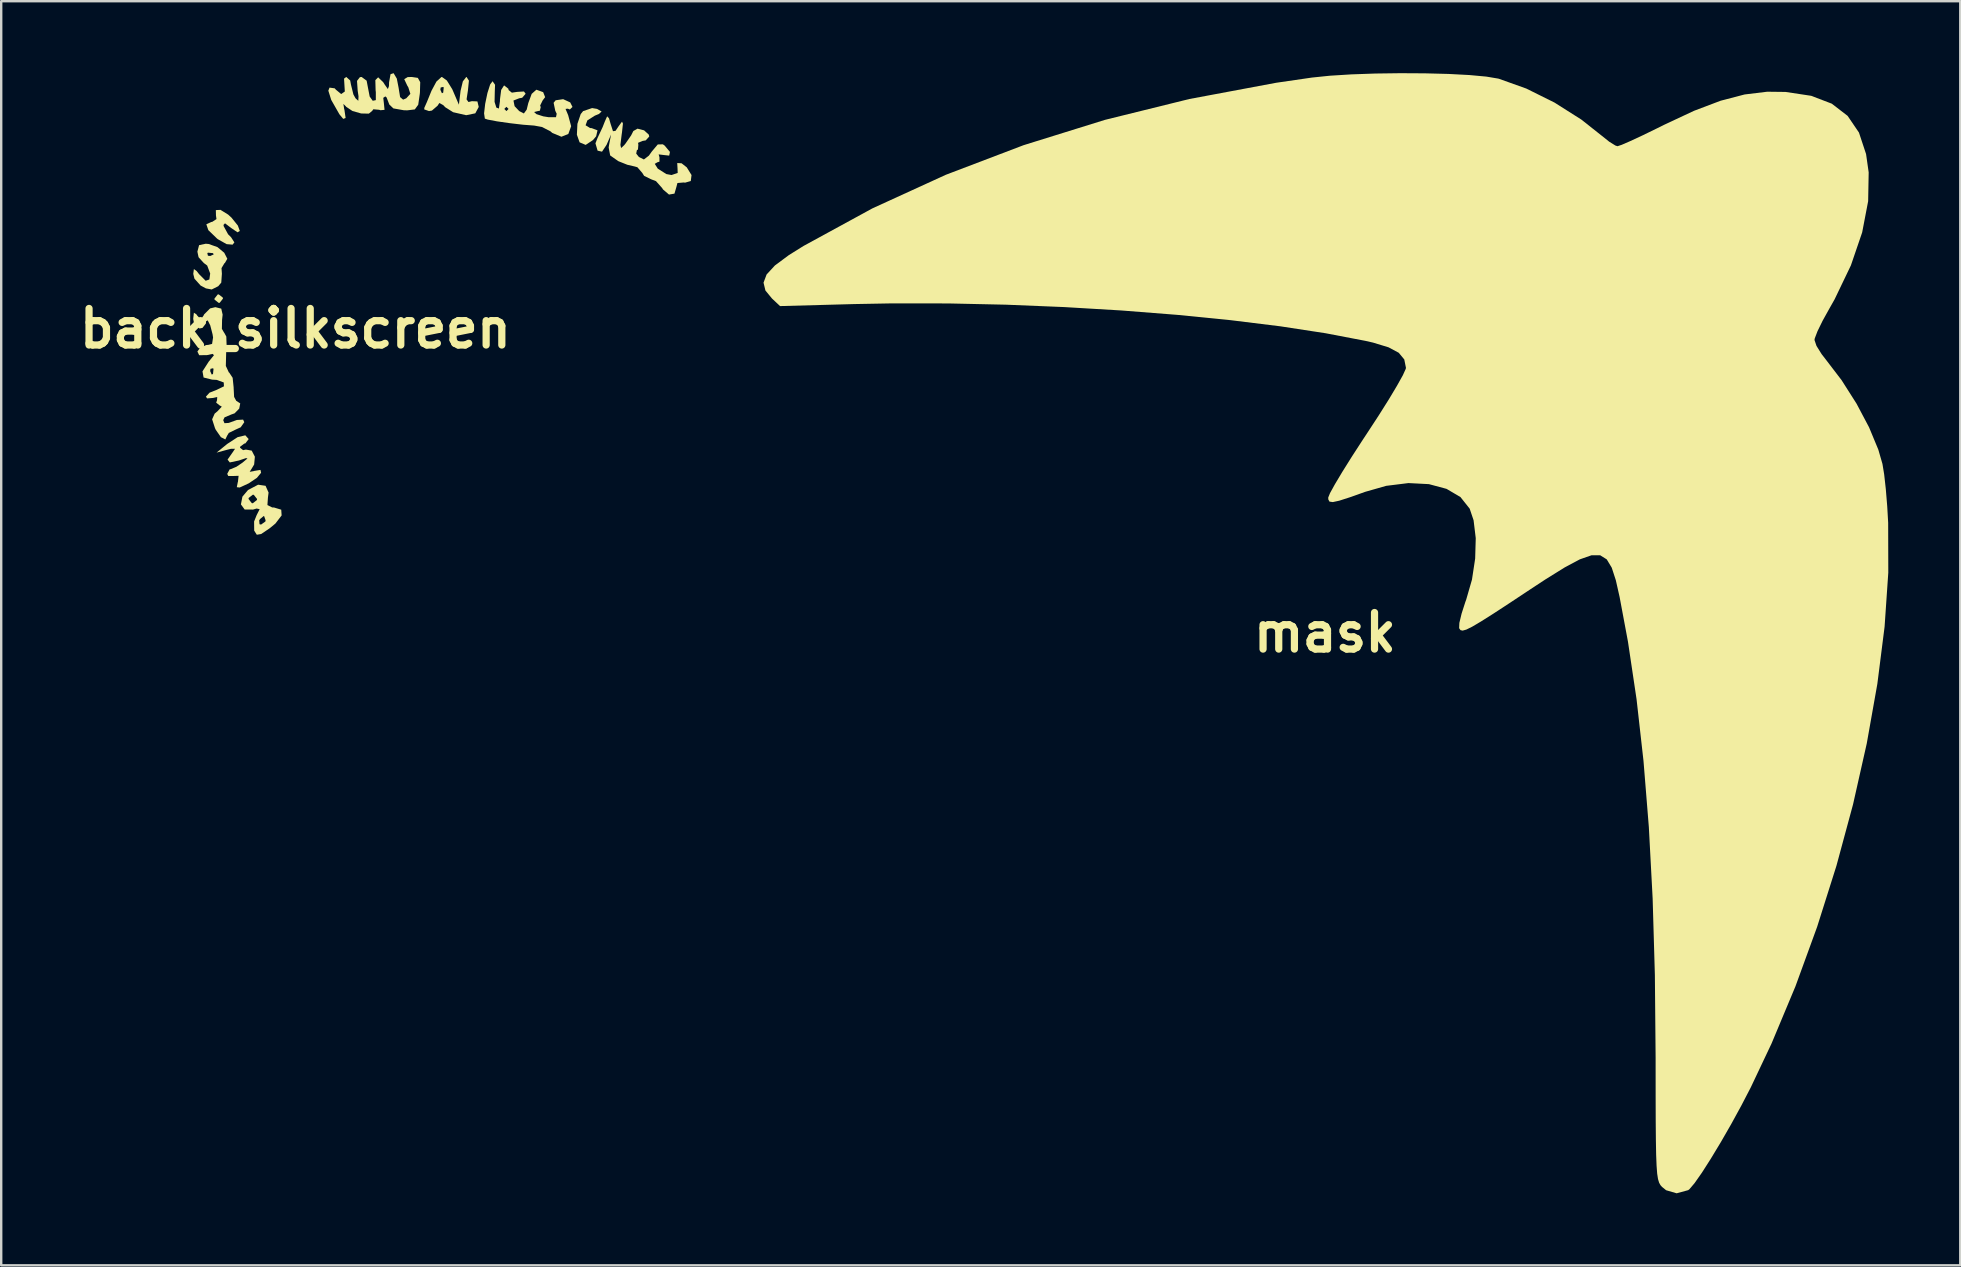
<source format=kicad_pcb>
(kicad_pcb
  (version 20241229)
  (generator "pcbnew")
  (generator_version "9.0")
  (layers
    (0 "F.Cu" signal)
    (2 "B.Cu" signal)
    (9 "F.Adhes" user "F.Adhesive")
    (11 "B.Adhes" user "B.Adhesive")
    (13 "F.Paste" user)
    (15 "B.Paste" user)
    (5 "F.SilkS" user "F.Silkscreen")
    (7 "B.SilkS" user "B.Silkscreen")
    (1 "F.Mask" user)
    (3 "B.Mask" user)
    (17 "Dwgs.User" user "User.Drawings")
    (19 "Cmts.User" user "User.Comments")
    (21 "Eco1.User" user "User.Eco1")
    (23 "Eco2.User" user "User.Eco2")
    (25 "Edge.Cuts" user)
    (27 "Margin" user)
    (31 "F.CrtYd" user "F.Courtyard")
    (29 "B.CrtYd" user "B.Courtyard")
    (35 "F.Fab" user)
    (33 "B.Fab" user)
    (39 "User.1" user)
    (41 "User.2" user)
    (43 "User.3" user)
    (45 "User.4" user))
  (footprint "back_silkscreen"
    (layer "F.Cu")
    (at 9.26 10.637)
    (property "Reference" "back_silkscreen" (at 0 0 0) (layer "F.SilkS") (effects (font (size 1.524 1.524) (thickness 0.3))))
    (attr board_only exclude_from_pos_files exclude_from_bom)
    (fp_poly (pts (xy -3.025 -1.286) (xy -3.02 -1.243) (xy -3.155 -1.071) (xy -3.197 -1.066) (xy -3.37 -1.201) (xy -3.375 -1.243) (xy -3.24 -1.416) (xy -3.197 -1.421)) (stroke (width 0) (type solid)) (fill yes) (layer "F.SilkS"))
    (fp_poly (pts (xy 12.565 -9.15) (xy 12.758 -9.041) (xy 12.647 -8.938) (xy 12.478 -8.869) (xy 12.165 -8.671) (xy 12.09 -8.467) (xy 12.276 -8.352) (xy 12.345 -8.348) (xy 12.587 -8.255) (xy 12.531 -8.009) (xy 12.398 -7.851) (xy 12.094 -7.649) (xy 11.843 -7.755) (xy 11.841 -7.756) (xy 11.728 -8.073) (xy 11.75 -8.527) (xy 11.887 -8.933) (xy 11.987 -9.057) (xy 12.362 -9.184)) (stroke (width 0) (type solid)) (fill yes) (layer "F.SilkS"))
    (fp_poly (pts (xy -2.803 -4.745) (xy -2.664 -4.618) (xy -2.4 -4.29) (xy -2.317 -4.063) (xy -2.412 -4.007) (xy -2.677 -4.186) (xy -2.934 -4.382) (xy -2.998 -4.315) (xy -2.988 -4.259) (xy -2.805 -3.924) (xy -2.682 -3.802) (xy -2.544 -3.587) (xy -2.617 -3.493) (xy -2.867 -3.514) (xy -3.231 -3.719) (xy -3.265 -3.745) (xy -3.63 -4.098) (xy -3.712 -4.341) (xy -3.5 -4.44) (xy -3.469 -4.441) (xy -3.29 -4.558) (xy -3.311 -4.707) (xy -3.316 -4.933) (xy -3.122 -4.942)) (stroke (width 0) (type solid)) (fill yes) (layer "F.SilkS"))
    (fp_poly (pts (xy -3.615 -3.52) (xy -3.25 -3.391) (xy -2.966 -3.155) (xy -2.838 -2.904) (xy -2.939 -2.729) (xy -2.956 -2.722) (xy -3.08 -2.516) (xy -3.064 -2.282) (xy -3.09 -1.911) (xy -3.216 -1.761) (xy -3.488 -1.625) (xy -3.73 -1.67) (xy -3.952 -1.79) (xy -4.208 -2.076) (xy -4.257 -2.274) (xy -4.231 -2.476) (xy -4.115 -2.392) (xy -4.016 -2.265) (xy -3.74 -1.988) (xy -3.586 -2.042) (xy -3.552 -2.29) (xy -3.676 -2.621) (xy -3.819 -2.729) (xy -4.036 -2.969) (xy -4.072 -3.138) (xy -3.671 -3.138) (xy -3.646 -3.032) (xy -3.552 -3.02) (xy -3.406 -3.085) (xy -3.434 -3.138) (xy -3.645 -3.159) (xy -3.671 -3.138) (xy -4.072 -3.138) (xy -4.085 -3.203) (xy -4.014 -3.472) (xy -3.736 -3.531)) (stroke (width 0) (type solid)) (fill yes) (layer "F.SilkS"))
    (fp_poly (pts (xy 7.229 -10.327) (xy 7.188 -9.92) (xy 7.131 -9.546) (xy 7.211 -9.436) (xy 7.351 -9.471) (xy 7.583 -9.461) (xy 7.638 -9.231) (xy 7.495 -8.965) (xy 7.114 -8.887) (xy 6.572 -9.011) (xy 6.241 -9.22) (xy 6.159 -9.307) (xy 5.997 -9.395) (xy 5.922 -9.281) (xy 5.688 -9.08) (xy 5.566 -9.059) (xy 5.369 -9.127) (xy 5.37 -9.192) (xy 5.478 -9.435) (xy 5.648 -9.852) (xy 5.668 -9.902) (xy 5.692 -9.947) (xy 6.039 -9.947) (xy 6.104 -9.801) (xy 6.158 -9.828) (xy 6.179 -10.039) (xy 6.158 -10.065) (xy 6.052 -10.041) (xy 6.039 -9.947) (xy 5.692 -9.947) (xy 5.875 -10.288) (xy 6.082 -10.476) (xy 6.106 -10.48) (xy 6.31 -10.332) (xy 6.534 -9.97) (xy 6.564 -9.902) (xy 6.812 -9.325) (xy 6.881 -9.902) (xy 6.976 -10.296) (xy 7.117 -10.478) (xy 7.13 -10.48)) (stroke (width 0) (type solid)) (fill yes) (layer "F.SilkS"))
    (fp_poly (pts (xy -1.245 6.555) (xy -1.119 6.837) (xy -1.145 7.04) (xy -1.167 7.358) (xy -0.967 7.458) (xy -0.891 7.46) (xy -0.591 7.551) (xy -0.575 7.79) (xy -0.834 8.128) (xy -1.068 8.322) (xy -1.426 8.564) (xy -1.609 8.595) (xy -1.716 8.428) (xy -1.718 8.421) (xy -1.722 8.042) (xy -1.702 7.993) (xy -1.51 7.993) (xy -1.496 8.157) (xy -1.431 8.171) (xy -1.251 8.042) (xy -1.243 7.993) (xy -1.304 7.82) (xy -1.322 7.815) (xy -1.473 7.94) (xy -1.51 7.993) (xy -1.702 7.993) (xy -1.615 7.776) (xy -1.49 7.529) (xy -1.618 7.503) (xy -1.766 7.546) (xy -2.115 7.544) (xy -2.271 7.331) (xy -2.228 7.105) (xy -1.954 7.105) (xy -1.819 7.277) (xy -1.776 7.283) (xy -1.604 7.147) (xy -1.599 7.105) (xy -1.734 6.932) (xy -1.776 6.927) (xy -1.949 7.062) (xy -1.954 7.105) (xy -2.228 7.105) (xy -2.209 7.008) (xy -1.975 6.731) (xy -1.555 6.51)) (stroke (width 0) (type solid)) (fill yes) (layer "F.SilkS"))
    (fp_poly (pts (xy -1.954 4.601) (xy -1.954 4.618) (xy -2.089 4.791) (xy -2.131 4.796) (xy -2.304 4.927) (xy -2.309 4.968) (xy -2.181 5.07) (xy -2.066 5.046) (xy -1.822 5.089) (xy -1.69 5.343) (xy -1.72 5.668) (xy -1.798 5.799) (xy -1.906 5.974) (xy -1.73 5.942) (xy -1.713 5.935) (xy -1.456 5.893) (xy -1.431 6.013) (xy -1.603 6.222) (xy -1.937 6.448) (xy -1.963 6.461) (xy -2.322 6.627) (xy -2.443 6.614) (xy -2.403 6.41) (xy -2.395 6.386) (xy -2.368 6.139) (xy -2.56 6.146) (xy -2.564 6.148) (xy -2.799 6.146) (xy -2.842 6.058) (xy -2.741 5.87) (xy -2.698 5.862) (xy -2.46 5.763) (xy -2.21 5.594) (xy -1.998 5.417) (xy -2.062 5.402) (xy -2.353 5.501) (xy -2.735 5.582) (xy -2.828 5.464) (xy -2.62 5.167) (xy -2.62 5.167) (xy -2.516 5.013) (xy -2.685 5.014) (xy -2.842 5.053) (xy -3.286 5.173) (xy -2.842 4.811) (xy -2.407 4.528) (xy -2.088 4.452)) (stroke (width 0) (type solid)) (fill yes) (layer "F.SilkS"))
    (fp_poly (pts (xy 8.318 -10.155) (xy 8.307 -9.87) (xy 8.298 -9.442) (xy 8.372 -9.203) (xy 8.478 -9.165) (xy 8.522 -9.469) (xy 8.523 -9.547) (xy 8.573 -9.94) (xy 8.69 -10.123) (xy 8.703 -10.124) (xy 8.874 -9.988) (xy 8.881 -9.935) (xy 9.019 -9.826) (xy 9.236 -9.858) (xy 9.522 -9.875) (xy 9.592 -9.781) (xy 9.448 -9.613) (xy 9.325 -9.592) (xy 9.085 -9.498) (xy 9.132 -9.263) (xy 9.325 -9.059) (xy 9.519 -8.959) (xy 9.636 -9.118) (xy 9.703 -9.392) (xy 9.844 -9.775) (xy 10.036 -9.946) (xy 10.047 -9.947) (xy 10.323 -9.847) (xy 10.405 -9.639) (xy 10.302 -9.503) (xy 10.197 -9.29) (xy 10.221 -9.224) (xy 10.185 -9.073) (xy 10.105 -9.059) (xy 9.944 -9.019) (xy 10.045 -8.93) (xy 10.328 -8.839) (xy 10.546 -8.804) (xy 10.857 -8.803) (xy 10.887 -8.946) (xy 10.827 -9.073) (xy 10.758 -9.404) (xy 10.843 -9.508) (xy 11.156 -9.555) (xy 11.45 -9.42) (xy 11.545 -9.231) (xy 11.435 -9.125) (xy 11.35 -9.159) (xy 11.255 -9.149) (xy 11.364 -8.889) (xy 11.489 -8.427) (xy 11.371 -8.105) (xy 11.084 -7.989) (xy 10.703 -8.148) (xy 10.626 -8.215) (xy 10.271 -8.396) (xy 9.947 -8.455) (xy 9.485 -8.49) (xy 8.93 -8.555) (xy 8.399 -8.631) (xy 8.014 -8.704) (xy 7.893 -8.744) (xy 7.861 -8.962) (xy 7.882 -9.148) (xy 8.703 -9.148) (xy 8.792 -9.059) (xy 8.881 -9.148) (xy 8.792 -9.236) (xy 8.703 -9.148) (xy 7.882 -9.148) (xy 7.907 -9.363) (xy 8.001 -9.812) (xy 8.115 -10.17) (xy 8.215 -10.302)) (stroke (width 0) (type solid)) (fill yes) (layer "F.SilkS"))
    (fp_poly (pts (xy 4.224 -10.413) (xy 4.297 -10.041) (xy 4.362 -9.641) (xy 4.487 -9.535) (xy 4.618 -9.591) (xy 4.789 -9.776) (xy 4.704 -10.048) (xy 4.661 -10.119) (xy 4.534 -10.388) (xy 4.675 -10.474) (xy 4.843 -10.48) (xy 5.101 -10.442) (xy 5.2 -10.262) (xy 5.188 -9.841) (xy 5.182 -9.775) (xy 5.117 -9.324) (xy 4.975 -9.128) (xy 4.658 -9.089) (xy 4.511 -9.094) (xy 4.081 -9.17) (xy 3.908 -9.336) (xy 3.908 -9.343) (xy 3.799 -9.626) (xy 3.747 -9.67) (xy 3.66 -9.61) (xy 3.686 -9.384) (xy 3.713 -9.11) (xy 3.542 -9.094) (xy 3.492 -9.112) (xy 3.246 -9.134) (xy 3.197 -9.065) (xy 3.059 -8.952) (xy 2.738 -8.959) (xy 2.376 -9.062) (xy 2.115 -9.237) (xy 2.103 -9.253) (xy 1.998 -9.358) (xy 2.03 -9.151) (xy 2.043 -9.103) (xy 2.091 -8.77) (xy 1.992 -8.733) (xy 1.832 -8.926) (xy 1.492 -9.523) (xy 1.371 -9.909) (xy 1.421 -10.036) (xy 1.638 -10.006) (xy 1.686 -9.95) (xy 1.907 -9.768) (xy 2.058 -9.874) (xy 2.043 -10.124) (xy 2.026 -10.411) (xy 2.119 -10.48) (xy 2.282 -10.333) (xy 2.312 -10.169) (xy 2.415 -9.752) (xy 2.504 -9.592) (xy 2.62 -9.486) (xy 2.629 -9.674) (xy 2.595 -9.902) (xy 2.566 -10.316) (xy 2.687 -10.472) (xy 2.758 -10.48) (xy 2.967 -10.326) (xy 3.02 -10.046) (xy 3.094 -9.664) (xy 3.221 -9.488) (xy 3.35 -9.515) (xy 3.35 -9.851) (xy 3.341 -9.922) (xy 3.33 -10.347) (xy 3.447 -10.466) (xy 3.659 -10.26) (xy 3.716 -10.169) (xy 3.852 -9.976) (xy 3.898 -10.102) (xy 3.902 -10.258) (xy 3.963 -10.596) (xy 4.091 -10.637)) (stroke (width 0) (type solid)) (fill yes) (layer "F.SilkS"))
    (fp_poly (pts (xy 13.066 -8.759) (xy 13.133 -8.526) (xy 13.232 -8.22) (xy 13.339 -8.236) (xy 13.474 -8.437) (xy 13.608 -8.618) (xy 13.647 -8.54) (xy 13.606 -8.16) (xy 13.594 -8.082) (xy 13.541 -7.649) (xy 13.57 -7.518) (xy 13.7 -7.639) (xy 13.755 -7.707) (xy 13.988 -8.045) (xy 14.081 -8.228) (xy 14.255 -8.326) (xy 14.528 -8.256) (xy 14.724 -8.077) (xy 14.743 -7.999) (xy 14.598 -7.838) (xy 14.466 -7.815) (xy 14.277 -7.736) (xy 14.289 -7.653) (xy 14.273 -7.457) (xy 14.228 -7.431) (xy 14.2 -7.287) (xy 14.311 -7.147) (xy 14.52 -7.042) (xy 14.728 -7.202) (xy 14.849 -7.372) (xy 15.098 -7.668) (xy 15.311 -7.673) (xy 15.387 -7.619) (xy 15.606 -7.356) (xy 15.574 -7.203) (xy 15.335 -7.229) (xy 15.135 -7.254) (xy 15.168 -7.135) (xy 15.169 -6.951) (xy 15.087 -6.927) (xy 14.973 -6.86) (xy 15.098 -6.661) (xy 15.455 -6.434) (xy 15.672 -6.394) (xy 15.928 -6.48) (xy 15.922 -6.661) (xy 15.909 -6.894) (xy 16.091 -6.883) (xy 16.306 -6.714) (xy 16.505 -6.393) (xy 16.474 -6.144) (xy 16.233 -6.075) (xy 16.187 -6.084) (xy 15.917 -6.061) (xy 15.876 -5.902) (xy 15.794 -5.619) (xy 15.566 -5.58) (xy 15.314 -5.795) (xy 15.281 -5.851) (xy 15.024 -6.139) (xy 14.82 -6.217) (xy 14.529 -6.36) (xy 14.452 -6.483) (xy 14.248 -6.719) (xy 14.137 -6.75) (xy 13.831 -6.821) (xy 13.454 -6.972) (xy 13.115 -7.21) (xy 13.052 -7.541) (xy 13.067 -7.638) (xy 13.152 -8.082) (xy 12.965 -7.652) (xy 12.775 -7.367) (xy 12.591 -7.409) (xy 12.502 -7.714) (xy 12.584 -7.928) (xy 12.801 -8.391) (xy 12.889 -8.615) (xy 12.989 -8.841)) (stroke (width 0) (type solid)) (fill yes) (layer "F.SilkS"))
    (fp_poly (pts (xy -3.091 -0.827) (xy -3.033 -0.577) (xy -3.057 -0.355) (xy -3.064 0.016) (xy -2.971 0.177) (xy -2.966 0.178) (xy -2.88 0.336) (xy -2.866 0.743) (xy -2.885 0.967) (xy -2.9 1.561) (xy -2.775 1.83) (xy -2.758 1.839) (xy -2.616 2.055) (xy -2.574 2.462) (xy -2.575 2.471) (xy -2.555 2.851) (xy -2.464 3.019) (xy -2.458 3.02) (xy -2.3 3.122) (xy -2.343 3.34) (xy -2.535 3.536) (xy -2.671 3.584) (xy -2.953 3.703) (xy -3.009 3.819) (xy -2.957 3.946) (xy -2.782 3.936) (xy -2.442 3.813) (xy -2.18 3.798) (xy -2.131 3.905) (xy -2.28 4.117) (xy -2.487 4.211) (xy -2.775 4.352) (xy -2.842 4.461) (xy -2.921 4.624) (xy -3.105 4.529) (xy -3.319 4.222) (xy -3.352 4.153) (xy -3.471 3.785) (xy -3.366 3.549) (xy -3.247 3.449) (xy -3.068 3.257) (xy -3.163 3.203) (xy -3.302 3.09) (xy -3.267 2.989) (xy -3.259 2.856) (xy -3.434 2.895) (xy -3.681 2.914) (xy -3.73 2.84) (xy -3.579 2.675) (xy -3.287 2.56) (xy -2.979 2.411) (xy -2.987 2.249) (xy -3.281 2.143) (xy -3.474 2.131) (xy -3.827 2.043) (xy -3.873 1.786) (xy -3.866 1.776) (xy -3.552 1.776) (xy -3.487 1.922) (xy -3.434 1.895) (xy -3.413 1.684) (xy -3.434 1.658) (xy -3.54 1.682) (xy -3.552 1.776) (xy -3.866 1.776) (xy -3.609 1.376) (xy -3.597 1.363) (xy -3.394 1.112) (xy -3.453 1.059) (xy -3.686 1.11) (xy -4.011 1.114) (xy -4.085 0.96) (xy -3.937 0.758) (xy -3.727 0.71) (xy -3.473 0.643) (xy -3.432 0.376) (xy -3.452 0.245) (xy -3.55 -0.132) (xy -3.655 -0.338) (xy -3.723 -0.302) (xy -3.73 -0.207) (xy -3.873 -0.024) (xy -3.997 0) (xy -4.212 -0.152) (xy -4.26 -0.4) (xy -4.231 -0.657) (xy -4.127 -0.59) (xy -4.092 -0.538) (xy -3.942 -0.377) (xy -3.824 -0.545) (xy -3.809 -0.582) (xy -3.555 -0.836) (xy -3.336 -0.888)) (stroke (width 0) (type solid)) (fill yes) (layer "F.SilkS")))
  (footprint "mask"
    (layer "F.Cu")
    (at 52.156 23.307)
    (property "Reference" "mask" (at 0 0 0) (layer "F.SilkS") (effects (font (size 1.524 1.524) (thickness 0.3))))
    (attr board_only exclude_from_pos_files exclude_from_bom)
    (fp_poly (pts (xy 4.176 -23.301) (xy 5.154 -23.276) (xy 6.022 -23.23) (xy 6.729 -23.165) (xy 7.223 -23.082) (xy 7.259 -23.072) (xy 8.392 -22.667) (xy 9.568 -22.083) (xy 10.688 -21.373) (xy 11.518 -20.716) (xy 11.844 -20.455) (xy 12.107 -20.292) (xy 12.194 -20.265) (xy 12.369 -20.323) (xy 12.737 -20.483) (xy 13.25 -20.722) (xy 13.861 -21.02) (xy 14.119 -21.149) (xy 15.381 -21.74) (xy 16.49 -22.16) (xy 17.491 -22.421) (xy 18.431 -22.535) (xy 19.198 -22.526) (xy 20.264 -22.365) (xy 21.122 -22.037) (xy 21.781 -21.529) (xy 22.254 -20.833) (xy 22.55 -19.938) (xy 22.659 -19.174) (xy 22.637 -17.975) (xy 22.388 -16.674) (xy 21.919 -15.301) (xy 21.239 -13.884) (xy 21.012 -13.483) (xy 20.737 -12.987) (xy 20.526 -12.555) (xy 20.412 -12.257) (xy 20.401 -12.19) (xy 20.484 -11.945) (xy 20.697 -11.603) (xy 20.849 -11.407) (xy 21.531 -10.515) (xy 22.152 -9.539) (xy 22.675 -8.551) (xy 23.061 -7.621) (xy 23.233 -7.026) (xy 23.304 -6.593) (xy 23.373 -5.974) (xy 23.432 -5.256) (xy 23.471 -4.573) (xy 23.476 -2.496) (xy 23.322 -0.245) (xy 23.02 2.14) (xy 22.579 4.622) (xy 22.007 7.162) (xy 21.315 9.72) (xy 20.512 12.26) (xy 19.608 14.741) (xy 18.611 17.126) (xy 17.746 18.953) (xy 17.353 19.71) (xy 16.929 20.485) (xy 16.497 21.236) (xy 16.082 21.923) (xy 15.71 22.506) (xy 15.403 22.944) (xy 15.188 23.197) (xy 15.138 23.235) (xy 14.657 23.366) (xy 14.219 23.238) (xy 14.051 23.103) (xy 13.982 23.025) (xy 13.926 22.923) (xy 13.881 22.773) (xy 13.846 22.546) (xy 13.821 22.217) (xy 13.803 21.758) (xy 13.792 21.142) (xy 13.785 20.344) (xy 13.782 19.337) (xy 13.781 18.093) (xy 13.781 17.714) (xy 13.75 14.274) (xy 13.657 11.079) (xy 13.499 8.111) (xy 13.276 5.351) (xy 12.987 2.781) (xy 12.629 0.383) (xy 12.281 -1.478) (xy 12.123 -2.179) (xy 11.953 -2.702) (xy 11.745 -3.048) (xy 11.473 -3.219) (xy 11.108 -3.219) (xy 10.624 -3.05) (xy 9.994 -2.714) (xy 9.19 -2.214) (xy 8.576 -1.811) (xy 7.697 -1.229) (xy 7.016 -0.784) (xy 6.505 -0.461) (xy 6.14 -0.245) (xy 5.894 -0.123) (xy 5.739 -0.08) (xy 5.65 -0.101) (xy 5.6 -0.172) (xy 5.594 -0.187) (xy 5.603 -0.401) (xy 5.696 -0.788) (xy 5.852 -1.273) (xy 5.889 -1.374) (xy 6.129 -2.206) (xy 6.262 -3.084) (xy 6.286 -3.933) (xy 6.196 -4.678) (xy 6.033 -5.162) (xy 5.649 -5.645) (xy 5.069 -5.987) (xy 4.334 -6.184) (xy 3.483 -6.228) (xy 2.557 -6.113) (xy 1.689 -5.866) (xy 1.038 -5.635) (xy 0.599 -5.494) (xy 0.331 -5.436) (xy 0.192 -5.455) (xy 0.143 -5.544) (xy 0.139 -5.625) (xy 0.213 -5.808) (xy 0.417 -6.178) (xy 0.728 -6.698) (xy 1.125 -7.332) (xy 1.585 -8.042) (xy 1.761 -8.308) (xy 2.239 -9.04) (xy 2.661 -9.71) (xy 3.004 -10.283) (xy 3.248 -10.72) (xy 3.368 -10.984) (xy 3.378 -11.029) (xy 3.308 -11.379) (xy 3.078 -11.657) (xy 2.654 -11.884) (xy 2.005 -12.082) (xy 1.689 -12.154) (xy 0.031 -12.471) (xy -1.855 -12.76) (xy -3.928 -13.016) (xy -6.148 -13.237) (xy -8.475 -13.42) (xy -10.867 -13.562) (xy -13.283 -13.661) (xy -15.684 -13.713) (xy -18.029 -13.716) (xy -19.607 -13.687) (xy -22.702 -13.603) (xy -23.038 -13.918) (xy -23.312 -14.252) (xy -23.391 -14.579) (xy -23.263 -14.92) (xy -22.917 -15.295) (xy -22.338 -15.725) (xy -21.725 -16.108) (xy -18.859 -17.672) (xy -15.795 -19.074) (xy -12.556 -20.307) (xy -9.166 -21.362) (xy -5.649 -22.231) (xy -2.03 -22.908) (xy -0.54 -23.125) (xy 0.208 -23.202) (xy 1.106 -23.258) (xy 2.101 -23.293) (xy 3.142 -23.307)) (stroke (width 0) (type solid)) (fill yes) (layer "F.SilkS")))
  (gr_rect
    (start -3 -3)
    (end 78.632 49.674)
    (stroke (width 0.1) (type default))
    (fill no)
    (layer "Edge.Cuts")))
</source>
